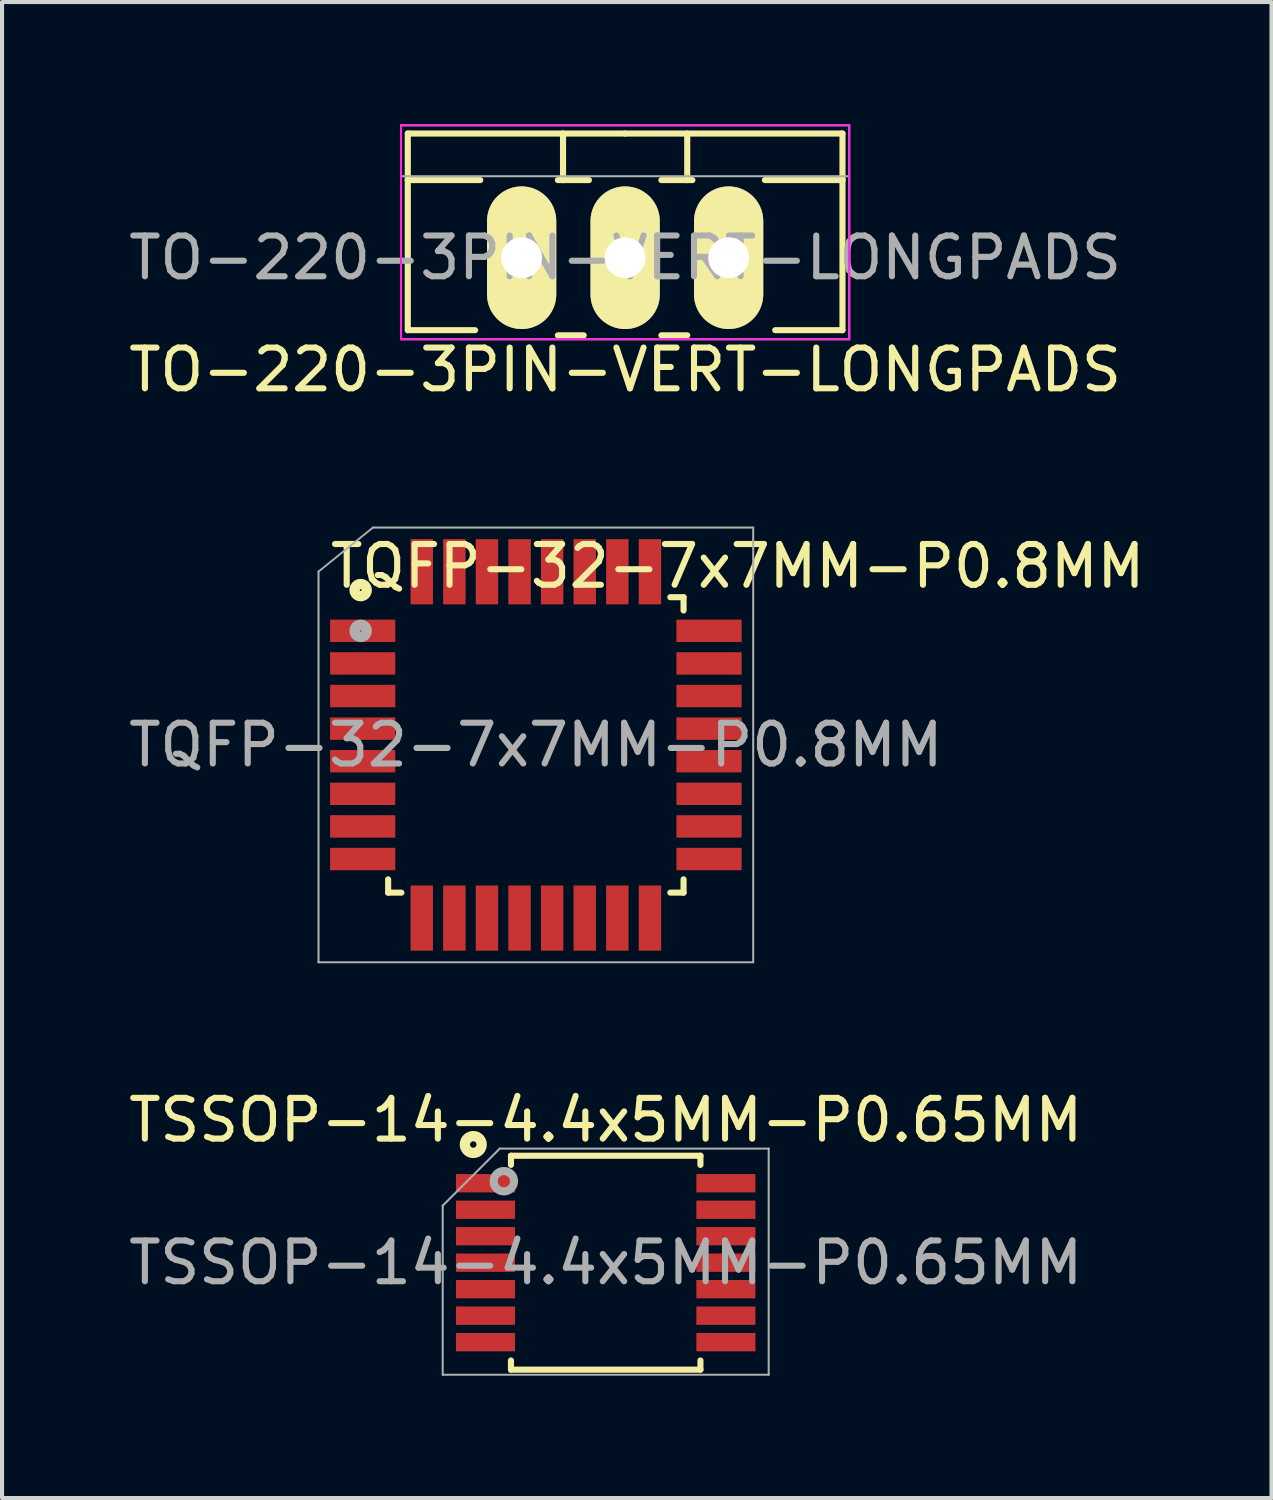
<source format=kicad_pcb>
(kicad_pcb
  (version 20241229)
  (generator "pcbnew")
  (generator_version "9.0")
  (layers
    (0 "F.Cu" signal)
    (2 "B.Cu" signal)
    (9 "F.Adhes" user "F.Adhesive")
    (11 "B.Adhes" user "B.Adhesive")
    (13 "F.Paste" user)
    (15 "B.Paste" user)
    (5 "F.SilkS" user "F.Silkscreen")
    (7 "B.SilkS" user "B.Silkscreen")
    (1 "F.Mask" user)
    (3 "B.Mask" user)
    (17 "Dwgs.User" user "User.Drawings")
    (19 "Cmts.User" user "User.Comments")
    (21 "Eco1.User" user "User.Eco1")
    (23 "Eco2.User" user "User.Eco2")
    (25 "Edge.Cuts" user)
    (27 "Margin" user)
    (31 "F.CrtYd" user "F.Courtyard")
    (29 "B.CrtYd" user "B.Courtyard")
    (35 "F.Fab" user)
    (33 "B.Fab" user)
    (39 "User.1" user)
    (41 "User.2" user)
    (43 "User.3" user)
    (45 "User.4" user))
  (footprint "TQFP-32-7x7MM-P0.8MM"
    (layer "F.Cu")
    (at 10.101 15.232)
    (property "Reference" "TQFP-32-7x7MM-P0.8MM" (at 0 0 0) (layer "F.Fab") (effects (font (size 1 1) (thickness 0.15))))
    (attr smd)
    (fp_line (start -3.625 3.625) (end -3.625 3.3) (stroke (width 0.15) (type solid)) (layer "F.SilkS"))
    (fp_line (start -3.625 3.625) (end -3.3 3.625) (stroke (width 0.15) (type solid)) (layer "F.SilkS"))
    (fp_line (start 3.625 -3.625) (end 3.3 -3.625) (stroke (width 0.15) (type solid)) (layer "F.SilkS"))
    (fp_line (start 3.625 -3.625) (end 3.625 -3.3) (stroke (width 0.15) (type solid)) (layer "F.SilkS"))
    (fp_line (start 3.625 3.625) (end 3.3 3.625) (stroke (width 0.15) (type solid)) (layer "F.SilkS"))
    (fp_line (start 3.625 3.625) (end 3.625 3.3) (stroke (width 0.15) (type solid)) (layer "F.SilkS"))
    (fp_circle (center -4.3 -3.8) (end -4.182 -3.709) (stroke (width 0.254) (type solid)) (fill no) (layer "F.SilkS"))
    (fp_line (start -5.334 -4.255) (end -5.334 5.334) (stroke (width 0.05) (type solid)) (layer "F.Fab"))
    (fp_line (start -5.334 -4.255) (end -4 -5.334) (stroke (width 0.046) (type solid)) (layer "F.Fab"))
    (fp_line (start -5.334 5.334) (end 5.334 5.334) (stroke (width 0.05) (type solid)) (layer "F.Fab"))
    (fp_line (start 5.334 -5.334) (end -4 -5.334) (stroke (width 0.05) (type solid)) (layer "F.Fab"))
    (fp_line (start 5.334 5.334) (end 5.334 -5.334) (stroke (width 0.05) (type solid)) (layer "F.Fab"))
    (fp_circle (center -4.3 -2.8) (end -4.182 -2.709) (stroke (width 0.254) (type solid)) (fill no) (layer "F.Fab"))
    (fp_text user "${REFERENCE}" (at 4.953 -4.386 180) (layer "F.SilkS") (effects (font (size 1 1) (thickness 0.15))))
    (pad "1" smd rect (at -4.25 -2.8) (size 1.6 0.55) (layers "F.Cu" "F.Mask" "F.Paste"))
    (pad "2" smd rect (at -4.25 -2) (size 1.6 0.55) (layers "F.Cu" "F.Mask" "F.Paste"))
    (pad "3" smd rect (at -4.25 -1.2) (size 1.6 0.55) (layers "F.Cu" "F.Mask" "F.Paste"))
    (pad "4" smd rect (at -4.25 -0.4) (size 1.6 0.55) (layers "F.Cu" "F.Mask" "F.Paste"))
    (pad "5" smd rect (at -4.25 0.4) (size 1.6 0.55) (layers "F.Cu" "F.Mask" "F.Paste"))
    (pad "6" smd rect (at -4.25 1.2) (size 1.6 0.55) (layers "F.Cu" "F.Mask" "F.Paste"))
    (pad "7" smd rect (at -4.25 2) (size 1.6 0.55) (layers "F.Cu" "F.Mask" "F.Paste"))
    (pad "8" smd rect (at -4.25 2.8) (size 1.6 0.55) (layers "F.Cu" "F.Mask" "F.Paste"))
    (pad "9" smd rect (at -2.8 4.25 90) (size 1.6 0.55) (layers "F.Cu" "F.Mask" "F.Paste"))
    (pad "10" smd rect (at -2 4.25 90) (size 1.6 0.55) (layers "F.Cu" "F.Mask" "F.Paste"))
    (pad "11" smd rect (at -1.2 4.25 90) (size 1.6 0.55) (layers "F.Cu" "F.Mask" "F.Paste"))
    (pad "12" smd rect (at -0.4 4.25 90) (size 1.6 0.55) (layers "F.Cu" "F.Mask" "F.Paste"))
    (pad "13" smd rect (at 0.4 4.25 90) (size 1.6 0.55) (layers "F.Cu" "F.Mask" "F.Paste"))
    (pad "14" smd rect (at 1.2 4.25 90) (size 1.6 0.55) (layers "F.Cu" "F.Mask" "F.Paste"))
    (pad "15" smd rect (at 2 4.25 90) (size 1.6 0.55) (layers "F.Cu" "F.Mask" "F.Paste"))
    (pad "16" smd rect (at 2.8 4.25 90) (size 1.6 0.55) (layers "F.Cu" "F.Mask" "F.Paste"))
    (pad "17" smd rect (at 4.25 2.8) (size 1.6 0.55) (layers "F.Cu" "F.Mask" "F.Paste"))
    (pad "18" smd rect (at 4.25 2) (size 1.6 0.55) (layers "F.Cu" "F.Mask" "F.Paste"))
    (pad "19" smd rect (at 4.25 1.2) (size 1.6 0.55) (layers "F.Cu" "F.Mask" "F.Paste"))
    (pad "20" smd rect (at 4.25 0.4) (size 1.6 0.55) (layers "F.Cu" "F.Mask" "F.Paste"))
    (pad "21" smd rect (at 4.25 -0.4) (size 1.6 0.55) (layers "F.Cu" "F.Mask" "F.Paste"))
    (pad "22" smd rect (at 4.25 -1.2) (size 1.6 0.55) (layers "F.Cu" "F.Mask" "F.Paste"))
    (pad "23" smd rect (at 4.25 -2) (size 1.6 0.55) (layers "F.Cu" "F.Mask" "F.Paste"))
    (pad "24" smd rect (at 4.25 -2.8) (size 1.6 0.55) (layers "F.Cu" "F.Mask" "F.Paste"))
    (pad "25" smd rect (at 2.8 -4.25 90) (size 1.6 0.55) (layers "F.Cu" "F.Mask" "F.Paste"))
    (pad "26" smd rect (at 2 -4.25 90) (size 1.6 0.55) (layers "F.Cu" "F.Mask" "F.Paste"))
    (pad "27" smd rect (at 1.2 -4.25 90) (size 1.6 0.55) (layers "F.Cu" "F.Mask" "F.Paste"))
    (pad "28" smd rect (at 0.4 -4.25 90) (size 1.6 0.55) (layers "F.Cu" "F.Mask" "F.Paste"))
    (pad "29" smd rect (at -0.4 -4.25 90) (size 1.6 0.55) (layers "F.Cu" "F.Mask" "F.Paste"))
    (pad "30" smd rect (at -1.2 -4.25 90) (size 1.6 0.55) (layers "F.Cu" "F.Mask" "F.Paste"))
    (pad "31" smd rect (at -2 -4.25 90) (size 1.6 0.55) (layers "F.Cu" "F.Mask" "F.Paste"))
    (pad "32" smd rect (at -2.8 -4.25 90) (size 1.6 0.55) (layers "F.Cu" "F.Mask" "F.Paste")))
  (footprint "TSSOP-14-4.4x5MM-P0.65MM"
    (layer "F.Cu")
    (at 11.815 27.939)
    (property "Reference" "TSSOP-14-4.4x5MM-P0.65MM" (at 0 0 0) (layer "F.Fab") (effects (font (size 1 1) (thickness 0.15))))
    (attr smd)
    (fp_line (start -2.325 -2.625) (end -2.325 -2.4) (stroke (width 0.15) (type solid)) (layer "F.SilkS"))
    (fp_line (start -2.325 -2.625) (end 2.325 -2.625) (stroke (width 0.15) (type solid)) (layer "F.SilkS"))
    (fp_line (start -2.325 2.625) (end -2.325 2.4) (stroke (width 0.15) (type solid)) (layer "F.SilkS"))
    (fp_line (start -2.325 2.625) (end 2.325 2.625) (stroke (width 0.15) (type solid)) (layer "F.SilkS"))
    (fp_line (start 2.325 -2.625) (end 2.325 -2.4) (stroke (width 0.15) (type solid)) (layer "F.SilkS"))
    (fp_line (start 2.325 2.625) (end 2.325 2.4) (stroke (width 0.15) (type solid)) (layer "F.SilkS"))
    (fp_circle (center -3.25 -2.9) (end -3.2 -2.7) (stroke (width 0.254) (type solid)) (fill no) (layer "F.SilkS"))
    (fp_line (start -4 -1.4) (end -2.6 -2.8) (stroke (width 0.05) (type solid)) (layer "F.Fab"))
    (fp_line (start -4 2.75) (end -4 -1.4) (stroke (width 0.05) (type solid)) (layer "F.Fab"))
    (fp_line (start -2.6 -2.8) (end 4 -2.8) (stroke (width 0.05) (type solid)) (layer "F.Fab"))
    (fp_line (start 4 -2.8) (end 4 2.75) (stroke (width 0.05) (type solid)) (layer "F.Fab"))
    (fp_line (start 4 2.75) (end -4 2.75) (stroke (width 0.05) (type solid)) (layer "F.Fab"))
    (fp_circle (center -2.5 -2) (end -2.5 -1.75) (stroke (width 0.2) (type solid)) (fill no) (layer "F.Fab"))
    (fp_text user "${REFERENCE}" (at 0 -3.5 0) (layer "F.SilkS") (effects (font (size 1 1) (thickness 0.15))))
    (pad "1" smd rect (at -2.95 -1.95) (size 1.45 0.45) (layers "F.Cu" "F.Mask" "F.Paste"))
    (pad "2" smd rect (at -2.95 -1.3) (size 1.45 0.45) (layers "F.Cu" "F.Mask" "F.Paste"))
    (pad "3" smd rect (at -2.95 -0.65) (size 1.45 0.45) (layers "F.Cu" "F.Mask" "F.Paste"))
    (pad "4" smd rect (at -2.95 0) (size 1.45 0.45) (layers "F.Cu" "F.Mask" "F.Paste"))
    (pad "5" smd rect (at -2.95 0.65) (size 1.45 0.45) (layers "F.Cu" "F.Mask" "F.Paste"))
    (pad "6" smd rect (at -2.95 1.3) (size 1.45 0.45) (layers "F.Cu" "F.Mask" "F.Paste"))
    (pad "7" smd rect (at -2.95 1.95) (size 1.45 0.45) (layers "F.Cu" "F.Mask" "F.Paste"))
    (pad "8" smd rect (at 2.95 1.95) (size 1.45 0.45) (layers "F.Cu" "F.Mask" "F.Paste"))
    (pad "9" smd rect (at 2.95 1.3) (size 1.45 0.45) (layers "F.Cu" "F.Mask" "F.Paste"))
    (pad "10" smd rect (at 2.95 0.65) (size 1.45 0.45) (layers "F.Cu" "F.Mask" "F.Paste"))
    (pad "11" smd rect (at 2.95 0) (size 1.45 0.45) (layers "F.Cu" "F.Mask" "F.Paste"))
    (pad "12" smd rect (at 2.95 -0.65) (size 1.45 0.45) (layers "F.Cu" "F.Mask" "F.Paste"))
    (pad "13" smd rect (at 2.95 -1.3) (size 1.45 0.45) (layers "F.Cu" "F.Mask" "F.Paste"))
    (pad "14" smd rect (at 2.95 -1.95) (size 1.45 0.45) (layers "F.Cu" "F.Mask" "F.Paste")))
  (footprint "TO-220-3PIN-VERT-LONGPADS"
    (layer "F.Cu")
    (at 12.292 3.275)
    (property "Reference" "TO-220-3PIN-VERT-LONGPADS" (at 0 0 0) (layer "F.Fab") (effects (font (size 1 1) (thickness 0.15))))
    (attr through_hole)
    (fp_line (start -5.334 -1.905) (end -5.334 -3.048) (stroke (width 0.15) (type solid)) (layer "F.SilkS"))
    (fp_line (start -5.334 -1.905) (end -3.556 -1.905) (stroke (width 0.15) (type solid)) (layer "F.SilkS"))
    (fp_line (start -5.334 1.778) (end -5.334 -1.905) (stroke (width 0.15) (type solid)) (layer "F.SilkS"))
    (fp_line (start -5.334 1.778) (end -3.683 1.778) (stroke (width 0.15) (type solid)) (layer "F.SilkS"))
    (fp_line (start -1.524 -3.048) (end -1.524 -1.905) (stroke (width 0.15) (type solid)) (layer "F.SilkS"))
    (fp_line (start -1.524 -1.905) (end -1.651 -1.905) (stroke (width 0.15) (type solid)) (layer "F.SilkS"))
    (fp_line (start -1.524 -1.905) (end -0.889 -1.905) (stroke (width 0.15) (type solid)) (layer "F.SilkS"))
    (fp_line (start -1.016 1.905) (end -1.651 1.905) (stroke (width 0.15) (type solid)) (layer "F.SilkS"))
    (fp_line (start 0 -3.048) (end -5.334 -3.048) (stroke (width 0.15) (type solid)) (layer "F.SilkS"))
    (fp_line (start 0 -3.048) (end 5.334 -3.048) (stroke (width 0.15) (type solid)) (layer "F.SilkS"))
    (fp_line (start 0.889 -1.905) (end 1.651 -1.905) (stroke (width 0.15) (type solid)) (layer "F.SilkS"))
    (fp_line (start 1.524 -3.048) (end 1.524 -1.905) (stroke (width 0.15) (type solid)) (layer "F.SilkS"))
    (fp_line (start 1.524 1.905) (end 0.889 1.905) (stroke (width 0.15) (type solid)) (layer "F.SilkS"))
    (fp_line (start 5.334 -3.048) (end 5.334 -1.905) (stroke (width 0.15) (type solid)) (layer "F.SilkS"))
    (fp_line (start 5.334 -1.905) (end 3.429 -1.905) (stroke (width 0.15) (type solid)) (layer "F.SilkS"))
    (fp_line (start 5.334 -1.905) (end 5.334 1.778) (stroke (width 0.15) (type solid)) (layer "F.SilkS"))
    (fp_line (start 5.334 1.778) (end 3.683 1.778) (stroke (width 0.15) (type solid)) (layer "F.SilkS"))
    (fp_line (start -5.5 -3.25) (end -5.5 2) (stroke (width 0.05) (type solid)) (layer "F.CrtYd"))
    (fp_line (start -5.5 2) (end 5.5 2) (stroke (width 0.05) (type solid)) (layer "F.CrtYd"))
    (fp_line (start 5.5 -3.25) (end -5.5 -3.25) (stroke (width 0.05) (type solid)) (layer "F.CrtYd"))
    (fp_line (start 5.5 2) (end 5.5 -3.25) (stroke (width 0.05) (type solid)) (layer "F.CrtYd"))
    (fp_line (start -5.5 2) (end -5.5 -3.25) (stroke (width 0.05) (type solid)) (layer "F.Fab"))
    (fp_line (start 5.5 -3.25) (end -5.5 -3.25) (stroke (width 0.05) (type solid)) (layer "F.Fab"))
    (fp_line (start 5.5 -3) (end 5.5 -3.25) (stroke (width 0.05) (type solid)) (layer "F.Fab"))
    (fp_line (start 5.5 -3) (end 5.5 1.75) (stroke (width 0.05) (type solid)) (layer "F.Fab"))
    (fp_line (start 5.5 -2) (end -5.5 -2) (stroke (width 0.05) (type solid)) (layer "F.Fab"))
    (fp_line (start 5.5 1.75) (end 5.5 2) (stroke (width 0.05) (type solid)) (layer "F.Fab"))
    (fp_line (start 5.5 2) (end -5.5 2) (stroke (width 0.05) (type solid)) (layer "F.Fab"))
    (fp_text user "${REFERENCE}" (at 0 2.75 0) (layer "F.SilkS") (effects (font (size 1 1) (thickness 0.15))))
    (pad "1" thru_hole oval (at -2.54 0 90) (size 3.5 1.699) (drill 1.001) (layers "*.Cu" "*.Mask" "F.SilkS"))
    (pad "2" thru_hole oval (at 0 0 90) (size 3.5 1.699) (drill 1.001) (layers "*.Cu" "*.Mask" "F.SilkS"))
    (pad "3" thru_hole oval (at 2.54 0 90) (size 3.5 1.699) (drill 1.001) (layers "*.Cu" "*.Mask" "F.SilkS")))
  (gr_rect
    (start -3 -3)
    (end 28.155 33.715)
    (stroke (width 0.1) (type default))
    (fill no)
    (layer "Edge.Cuts")))
</source>
